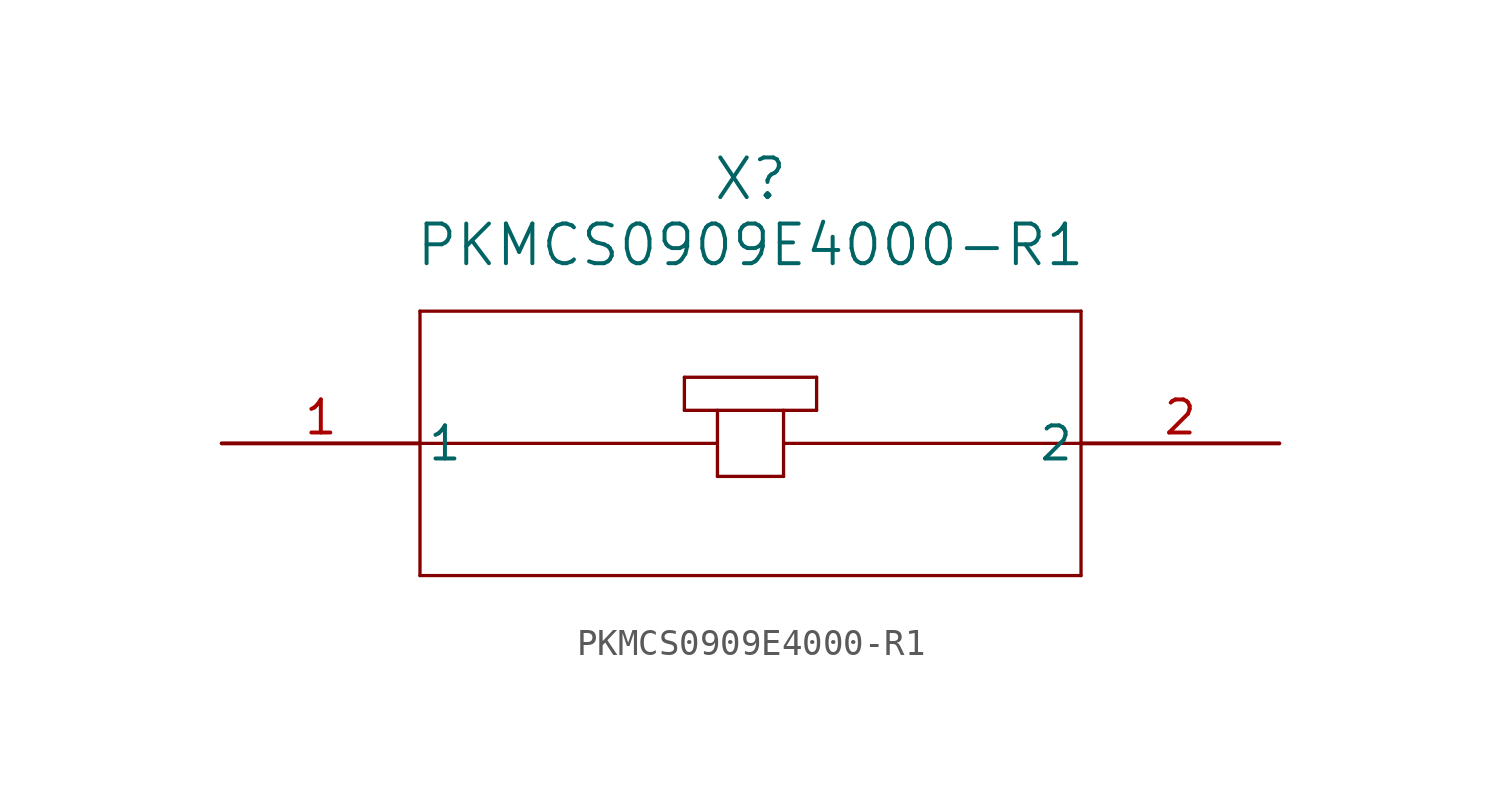
<source format=kicad_sym>
(kicad_symbol_lib
  (version 20211014)
  (generator kicad_symbol_editor)
  (symbol "PKMCS0909E4000-R1"
    (pin_names
      (offset 0.254))
    (property "Reference" "X"
      (at 20.32 10.16 0)
      (effects (font (size 1.524 1.524))))
    (property "Value" "PKMCS0909E4000-R1"
      (at 20.32 7.62 0)
      (effects (font (size 1.524 1.524))))
    (symbol "PKMCS0909E4000-R1_0_1"
      (polyline (pts (xy 7.62 5.08) (xy 7.62 -5.08)) (stroke (width 0.127) (type default) (color 0 0 0 0)) (fill (type none)))
      (polyline (pts (xy 7.62 -5.08) (xy 33.02 -5.08)) (stroke (width 0.127) (type default) (color 0 0 0 0)) (fill (type none)))
      (polyline (pts (xy 33.02 -5.08) (xy 33.02 5.08)) (stroke (width 0.127) (type default) (color 0 0 0 0)) (fill (type none)))
      (polyline (pts (xy 33.02 5.08) (xy 7.62 5.08)) (stroke (width 0.127) (type default) (color 0 0 0 0)) (fill (type none)))
      (polyline (pts (xy 19.05 1.27) (xy 19.05 -1.27)) (stroke (width 0.127) (type default) (color 0 0 0 0)) (fill (type none)))
      (polyline (pts (xy 19.05 -1.27) (xy 21.59 -1.27)) (stroke (width 0.127) (type default) (color 0 0 0 0)) (fill (type none)))
      (polyline (pts (xy 21.59 -1.27) (xy 21.59 1.27)) (stroke (width 0.127) (type default) (color 0 0 0 0)) (fill (type none)))
      (polyline (pts (xy 22.86 1.27) (xy 17.78 1.27)) (stroke (width 0.127) (type default) (color 0 0 0 0)) (fill (type none)))
      (polyline (pts (xy 17.78 2.54) (xy 17.78 1.27)) (stroke (width 0.127) (type default) (color 0 0 0 0)) (fill (type none)))
      (polyline (pts (xy 17.78 2.54) (xy 22.86 2.54)) (stroke (width 0.127) (type default) (color 0 0 0 0)) (fill (type none)))
      (polyline (pts (xy 22.86 2.54) (xy 22.86 1.27)) (stroke (width 0.127) (type default) (color 0 0 0 0)) (fill (type none)))
      (polyline (pts (xy 7.62 0) (xy 19.05 0)) (stroke (width 0.127) (type default) (color 0 0 0 0)) (fill (type none)))
      (polyline (pts (xy 21.59 0) (xy 33.02 0)) (stroke (width 0.127) (type default) (color 0 0 0 0)) (fill (type none)))
      (pin unspecified line (at 0 0 0) (length 7.62) (name "1" (effects (font (size 1.27 1.27)))) (number "1" (effects (font (size 1.27 1.27)))))
      (pin unspecified line (at 40.64 0 180) (length 7.62) (name "2" (effects (font (size 1.27 1.27)))) (number "2" (effects (font (size 1.27 1.27))))))))
</source>
